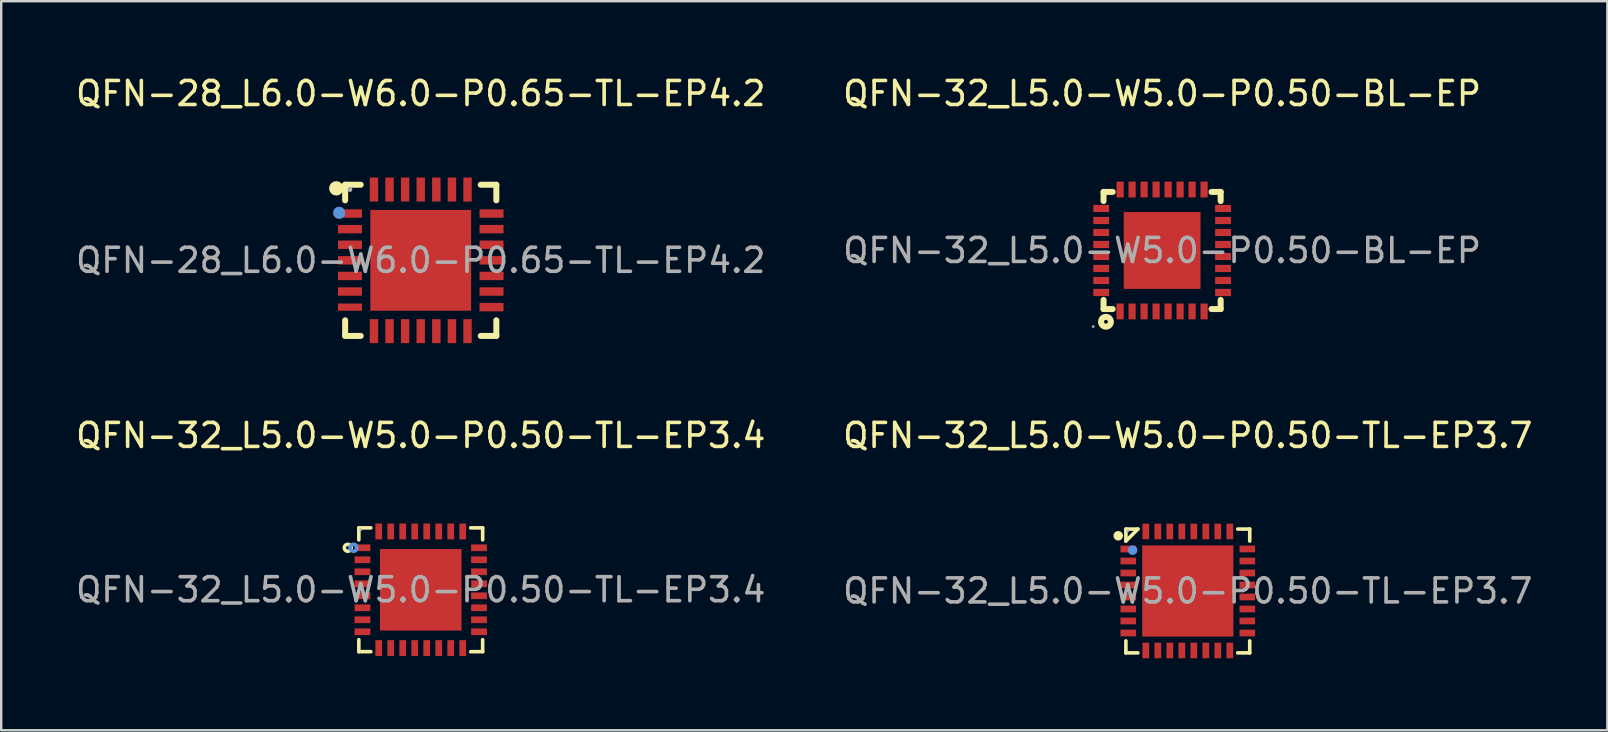
<source format=kicad_pcb>
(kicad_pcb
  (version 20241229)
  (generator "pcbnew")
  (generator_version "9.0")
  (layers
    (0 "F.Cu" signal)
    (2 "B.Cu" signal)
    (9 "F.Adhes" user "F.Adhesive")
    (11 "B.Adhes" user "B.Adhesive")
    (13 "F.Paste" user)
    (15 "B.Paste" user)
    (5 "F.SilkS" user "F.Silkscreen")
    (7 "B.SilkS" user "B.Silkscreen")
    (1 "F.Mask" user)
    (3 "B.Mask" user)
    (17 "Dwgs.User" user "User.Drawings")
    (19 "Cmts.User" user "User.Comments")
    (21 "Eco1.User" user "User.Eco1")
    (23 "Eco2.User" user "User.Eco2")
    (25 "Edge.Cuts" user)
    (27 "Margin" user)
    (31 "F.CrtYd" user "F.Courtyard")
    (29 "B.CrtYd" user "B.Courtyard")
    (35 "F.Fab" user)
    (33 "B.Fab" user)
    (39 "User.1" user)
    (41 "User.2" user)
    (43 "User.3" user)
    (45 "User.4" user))
  (footprint "QFN-28_L6.0-W6.0-P0.65-TL-EP4.2"
    (layer "F.Cu")
    (at 14.482 7.798)
    (property "Reference" "QFN-28_L6.0-W6.0-P0.65-TL-EP4.2" (at 0 -6.95 0) (layer "F.SilkS") (effects (font (size 1 1) (thickness 0.15))))
    (attr through_hole)
    (fp_line (start -3.15 -3.15) (end -2.5 -3.15) (stroke (width 0.25) (type solid)) (layer "F.SilkS"))
    (fp_line (start -3.15 -2.5) (end -3.15 -3.15) (stroke (width 0.25) (type solid)) (layer "F.SilkS"))
    (fp_line (start -3.15 3.15) (end -3.15 2.5) (stroke (width 0.25) (type solid)) (layer "F.SilkS"))
    (fp_line (start -2.5 3.15) (end -3.15 3.15) (stroke (width 0.25) (type solid)) (layer "F.SilkS"))
    (fp_line (start 2.5 -3.15) (end 3.15 -3.15) (stroke (width 0.25) (type solid)) (layer "F.SilkS"))
    (fp_line (start 2.5 3.15) (end 3.15 3.15) (stroke (width 0.25) (type solid)) (layer "F.SilkS"))
    (fp_line (start 3.15 -3.15) (end 3.15 -2.5) (stroke (width 0.25) (type solid)) (layer "F.SilkS"))
    (fp_line (start 3.15 3.15) (end 3.15 2.5) (stroke (width 0.25) (type solid)) (layer "F.SilkS"))
    (fp_arc (start -3.52 -3) (mid -3.52 -3) (end -3.52 -3) (stroke (width 0.3) (type solid)) (layer "F.SilkS"))
    (fp_circle (center -3.4 -1.98) (end -3.27 -1.98) (stroke (width 0.25) (type solid)) (fill no) (layer "Cmts.User"))
    (fp_circle (center -2.95 -2.95) (end -2.9 -2.95) (stroke (width 0.1) (type solid)) (fill no) (layer "F.Fab"))
    (fp_text user "${REFERENCE}" (at 0 0 0) (layer "F.Fab") (effects (font (size 1 1) (thickness 0.15))))
    (pad "1" smd rect (at -2.95 -1.95 90) (size 0.35 1) (layers "F.Cu" "F.Mask" "F.Paste"))
    (pad "2" smd rect (at -2.95 -1.3 90) (size 0.35 1) (layers "F.Cu" "F.Mask" "F.Paste"))
    (pad "3" smd rect (at -2.95 -0.65 90) (size 0.35 1) (layers "F.Cu" "F.Mask" "F.Paste"))
    (pad "4" smd rect (at -2.95 0 90) (size 0.35 1) (layers "F.Cu" "F.Mask" "F.Paste"))
    (pad "5" smd rect (at -2.95 0.65 90) (size 0.35 1) (layers "F.Cu" "F.Mask" "F.Paste"))
    (pad "6" smd rect (at -2.95 1.3 90) (size 0.35 1) (layers "F.Cu" "F.Mask" "F.Paste"))
    (pad "7" smd rect (at -2.95 1.95 90) (size 0.3 1) (layers "F.Cu" "F.Mask" "F.Paste"))
    (pad "8" smd rect (at -1.95 2.95) (size 0.35 1) (layers "F.Cu" "F.Mask" "F.Paste"))
    (pad "9" smd rect (at -1.3 2.95) (size 0.35 1) (layers "F.Cu" "F.Mask" "F.Paste"))
    (pad "10" smd rect (at -0.65 2.95) (size 0.35 1) (layers "F.Cu" "F.Mask" "F.Paste"))
    (pad "11" smd rect (at 0 2.95) (size 0.35 1) (layers "F.Cu" "F.Mask" "F.Paste"))
    (pad "12" smd rect (at 0.65 2.95) (size 0.35 1) (layers "F.Cu" "F.Mask" "F.Paste"))
    (pad "13" smd rect (at 1.3 2.95) (size 0.35 1) (layers "F.Cu" "F.Mask" "F.Paste"))
    (pad "14" smd rect (at 1.95 2.95) (size 0.35 1) (layers "F.Cu" "F.Mask" "F.Paste"))
    (pad "15" smd rect (at 2.95 1.95 90) (size 0.35 1) (layers "F.Cu" "F.Mask" "F.Paste"))
    (pad "16" smd rect (at 2.95 1.3 90) (size 0.35 1) (layers "F.Cu" "F.Mask" "F.Paste"))
    (pad "17" smd rect (at 2.95 0.65 90) (size 0.35 1) (layers "F.Cu" "F.Mask" "F.Paste"))
    (pad "18" smd rect (at 2.95 0 90) (size 0.35 1) (layers "F.Cu" "F.Mask" "F.Paste"))
    (pad "19" smd rect (at 2.95 -0.65 90) (size 0.35 1) (layers "F.Cu" "F.Mask" "F.Paste"))
    (pad "20" smd rect (at 2.95 -1.3 90) (size 0.35 1) (layers "F.Cu" "F.Mask" "F.Paste"))
    (pad "21" smd rect (at 2.95 -1.95 90) (size 0.35 1) (layers "F.Cu" "F.Mask" "F.Paste"))
    (pad "22" smd rect (at 1.95 -2.95) (size 0.35 1) (layers "F.Cu" "F.Mask" "F.Paste"))
    (pad "23" smd rect (at 1.3 -2.95) (size 0.35 1) (layers "F.Cu" "F.Mask" "F.Paste"))
    (pad "24" smd rect (at 0.65 -2.95) (size 0.35 1) (layers "F.Cu" "F.Mask" "F.Paste"))
    (pad "25" smd rect (at 0 -2.95) (size 0.35 1) (layers "F.Cu" "F.Mask" "F.Paste"))
    (pad "26" smd rect (at -0.65 -2.95) (size 0.35 1) (layers "F.Cu" "F.Mask" "F.Paste"))
    (pad "27" smd rect (at -1.3 -2.95) (size 0.35 1) (layers "F.Cu" "F.Mask" "F.Paste"))
    (pad "28" smd rect (at -1.95 -2.95) (size 0.35 1) (layers "F.Cu" "F.Mask" "F.Paste"))
    (pad "29" smd rect (at 0 0) (size 4.2 4.2) (layers "F.Cu" "F.Mask" "F.Paste")))
  (footprint "QFN-32_L5.0-W5.0-P0.50-TL-EP3.4"
    (layer "F.Cu")
    (at 14.482 21.526)
    (property "Reference" "QFN-32_L5.0-W5.0-P0.50-TL-EP3.4" (at 0 -6.43 0) (layer "F.SilkS") (effects (font (size 1 1) (thickness 0.15))))
    (attr through_hole)
    (fp_line (start -2.58 -2.58) (end -2.58 -2.08) (stroke (width 0.15) (type solid)) (layer "F.SilkS"))
    (fp_line (start -2.58 2.58) (end -2.58 2.08) (stroke (width 0.15) (type solid)) (layer "F.SilkS"))
    (fp_line (start -2.08 -2.58) (end -2.58 -2.58) (stroke (width 0.15) (type solid)) (layer "F.SilkS"))
    (fp_line (start -2.08 2.58) (end -2.58 2.58) (stroke (width 0.15) (type solid)) (layer "F.SilkS"))
    (fp_line (start 2.08 -2.58) (end 2.58 -2.58) (stroke (width 0.15) (type solid)) (layer "F.SilkS"))
    (fp_line (start 2.08 2.58) (end 2.58 2.58) (stroke (width 0.15) (type solid)) (layer "F.SilkS"))
    (fp_line (start 2.58 -2.58) (end 2.58 -2.08) (stroke (width 0.15) (type solid)) (layer "F.SilkS"))
    (fp_line (start 2.58 2.58) (end 2.58 2.08) (stroke (width 0.15) (type solid)) (layer "F.SilkS"))
    (fp_circle (center -3.04 -1.75) (end -2.97 -1.75) (stroke (width 0.15) (type solid)) (fill no) (layer "F.SilkS"))
    (fp_circle (center -2.8 -1.75) (end -2.73 -1.75) (stroke (width 0.15) (type solid)) (fill no) (layer "Cmts.User"))
    (fp_circle (center -2.5 -2.5) (end -2.47 -2.5) (stroke (width 0.06) (type solid)) (fill no) (layer "F.Fab"))
    (fp_text user "${REFERENCE}" (at 0 0 0) (layer "F.Fab") (effects (font (size 1 1) (thickness 0.15))))
    (pad "1" smd rect (at -2.43 -1.75) (size 0.66 0.28) (layers "F.Cu" "F.Mask" "F.Paste"))
    (pad "2" smd rect (at -2.43 -1.25) (size 0.66 0.28) (layers "F.Cu" "F.Mask" "F.Paste"))
    (pad "3" smd rect (at -2.43 -0.75) (size 0.66 0.28) (layers "F.Cu" "F.Mask" "F.Paste"))
    (pad "4" smd rect (at -2.43 -0.25) (size 0.66 0.28) (layers "F.Cu" "F.Mask" "F.Paste"))
    (pad "5" smd rect (at -2.43 0.25) (size 0.66 0.28) (layers "F.Cu" "F.Mask" "F.Paste"))
    (pad "6" smd rect (at -2.43 0.75) (size 0.66 0.28) (layers "F.Cu" "F.Mask" "F.Paste"))
    (pad "7" smd rect (at -2.43 1.25) (size 0.66 0.28) (layers "F.Cu" "F.Mask" "F.Paste"))
    (pad "8" smd rect (at -2.43 1.75) (size 0.66 0.28) (layers "F.Cu" "F.Mask" "F.Paste"))
    (pad "9" smd rect (at -1.75 2.43) (size 0.28 0.66) (layers "F.Cu" "F.Mask" "F.Paste"))
    (pad "10" smd rect (at -1.25 2.43) (size 0.28 0.66) (layers "F.Cu" "F.Mask" "F.Paste"))
    (pad "11" smd rect (at -0.75 2.43) (size 0.28 0.66) (layers "F.Cu" "F.Mask" "F.Paste"))
    (pad "12" smd rect (at -0.25 2.43) (size 0.28 0.66) (layers "F.Cu" "F.Mask" "F.Paste"))
    (pad "13" smd rect (at 0.25 2.43) (size 0.28 0.66) (layers "F.Cu" "F.Mask" "F.Paste"))
    (pad "14" smd rect (at 0.75 2.43) (size 0.28 0.66) (layers "F.Cu" "F.Mask" "F.Paste"))
    (pad "15" smd rect (at 1.25 2.43) (size 0.28 0.66) (layers "F.Cu" "F.Mask" "F.Paste"))
    (pad "16" smd rect (at 1.75 2.43) (size 0.28 0.66) (layers "F.Cu" "F.Mask" "F.Paste"))
    (pad "17" smd rect (at 2.43 1.75) (size 0.66 0.28) (layers "F.Cu" "F.Mask" "F.Paste"))
    (pad "18" smd rect (at 2.43 1.25) (size 0.66 0.28) (layers "F.Cu" "F.Mask" "F.Paste"))
    (pad "19" smd rect (at 2.43 0.75) (size 0.66 0.28) (layers "F.Cu" "F.Mask" "F.Paste"))
    (pad "20" smd rect (at 2.43 0.25) (size 0.66 0.28) (layers "F.Cu" "F.Mask" "F.Paste"))
    (pad "21" smd rect (at 2.43 -0.25) (size 0.66 0.28) (layers "F.Cu" "F.Mask" "F.Paste"))
    (pad "22" smd rect (at 2.43 -0.75) (size 0.66 0.28) (layers "F.Cu" "F.Mask" "F.Paste"))
    (pad "23" smd rect (at 2.43 -1.25) (size 0.66 0.28) (layers "F.Cu" "F.Mask" "F.Paste"))
    (pad "24" smd rect (at 2.43 -1.75) (size 0.66 0.28) (layers "F.Cu" "F.Mask" "F.Paste"))
    (pad "25" smd rect (at 1.75 -2.43) (size 0.28 0.66) (layers "F.Cu" "F.Mask" "F.Paste"))
    (pad "26" smd rect (at 1.25 -2.43) (size 0.28 0.66) (layers "F.Cu" "F.Mask" "F.Paste"))
    (pad "27" smd rect (at 0.75 -2.43) (size 0.28 0.66) (layers "F.Cu" "F.Mask" "F.Paste"))
    (pad "28" smd rect (at 0.25 -2.43) (size 0.28 0.66) (layers "F.Cu" "F.Mask" "F.Paste"))
    (pad "29" smd rect (at -0.25 -2.43) (size 0.28 0.66) (layers "F.Cu" "F.Mask" "F.Paste"))
    (pad "30" smd rect (at -0.75 -2.43) (size 0.28 0.66) (layers "F.Cu" "F.Mask" "F.Paste"))
    (pad "31" smd rect (at -1.25 -2.43) (size 0.28 0.66) (layers "F.Cu" "F.Mask" "F.Paste"))
    (pad "32" smd rect (at -1.75 -2.43) (size 0.28 0.66) (layers "F.Cu" "F.Mask" "F.Paste"))
    (pad "33" smd rect (at 0 0) (size 3.4 3.4) (layers "F.Cu" "F.Mask" "F.Paste")))
  (footprint "QFN-32_L5.0-W5.0-P0.50-TL-EP3.7"
    (layer "F.Cu")
    (at 46.446 21.576)
    (property "Reference" "QFN-32_L5.0-W5.0-P0.50-TL-EP3.7" (at 0 -6.48 0) (layer "F.SilkS") (effects (font (size 1 1) (thickness 0.15))))
    (attr through_hole)
    (fp_line (start -2.58 -2.58) (end -2.58 -2.08) (stroke (width 0.15) (type solid)) (layer "F.SilkS"))
    (fp_line (start -2.58 2.58) (end -2.58 2.08) (stroke (width 0.15) (type solid)) (layer "F.SilkS"))
    (fp_line (start -2.08 -2.58) (end -2.58 -2.58) (stroke (width 0.15) (type solid)) (layer "F.SilkS"))
    (fp_line (start -2.08 -2.58) (end -2.58 -2.08) (stroke (width 0.15) (type solid)) (layer "F.SilkS"))
    (fp_line (start -2.08 2.58) (end -2.58 2.58) (stroke (width 0.15) (type solid)) (layer "F.SilkS"))
    (fp_line (start 2.08 -2.58) (end 2.58 -2.58) (stroke (width 0.15) (type solid)) (layer "F.SilkS"))
    (fp_line (start 2.08 2.58) (end 2.58 2.58) (stroke (width 0.15) (type solid)) (layer "F.SilkS"))
    (fp_line (start 2.58 -2.58) (end 2.58 -2.08) (stroke (width 0.15) (type solid)) (layer "F.SilkS"))
    (fp_line (start 2.58 2.58) (end 2.58 2.08) (stroke (width 0.15) (type solid)) (layer "F.SilkS"))
    (fp_circle (center -2.9 -2.3) (end -2.8 -2.3) (stroke (width 0.2) (type solid)) (fill no) (layer "F.SilkS"))
    (fp_circle (center -2.3 -1.7) (end -2.2 -1.7) (stroke (width 0.2) (type solid)) (fill no) (layer "Cmts.User"))
    (fp_circle (center -2.5 -2.5) (end -2.47 -2.5) (stroke (width 0.06) (type solid)) (fill no) (layer "F.Fab"))
    (fp_text user "${REFERENCE}" (at 0 0 0) (layer "F.Fab") (effects (font (size 1 1) (thickness 0.15))))
    (pad "1" smd rect (at -2.48 -1.75) (size 0.65 0.28) (layers "F.Cu" "F.Mask" "F.Paste"))
    (pad "2" smd rect (at -2.48 -1.25) (size 0.65 0.28) (layers "F.Cu" "F.Mask" "F.Paste"))
    (pad "3" smd rect (at -2.48 -0.75) (size 0.65 0.28) (layers "F.Cu" "F.Mask" "F.Paste"))
    (pad "4" smd rect (at -2.48 -0.25) (size 0.65 0.28) (layers "F.Cu" "F.Mask" "F.Paste"))
    (pad "5" smd rect (at -2.48 0.25) (size 0.65 0.28) (layers "F.Cu" "F.Mask" "F.Paste"))
    (pad "6" smd rect (at -2.48 0.75) (size 0.65 0.28) (layers "F.Cu" "F.Mask" "F.Paste"))
    (pad "7" smd rect (at -2.48 1.25) (size 0.65 0.28) (layers "F.Cu" "F.Mask" "F.Paste"))
    (pad "8" smd rect (at -2.48 1.75) (size 0.65 0.28) (layers "F.Cu" "F.Mask" "F.Paste"))
    (pad "9" smd rect (at -1.75 2.48) (size 0.28 0.65) (layers "F.Cu" "F.Mask" "F.Paste"))
    (pad "10" smd rect (at -1.25 2.48) (size 0.28 0.65) (layers "F.Cu" "F.Mask" "F.Paste"))
    (pad "11" smd rect (at -0.75 2.48) (size 0.28 0.65) (layers "F.Cu" "F.Mask" "F.Paste"))
    (pad "12" smd rect (at -0.25 2.48) (size 0.28 0.65) (layers "F.Cu" "F.Mask" "F.Paste"))
    (pad "13" smd rect (at 0.25 2.48) (size 0.28 0.65) (layers "F.Cu" "F.Mask" "F.Paste"))
    (pad "14" smd rect (at 0.75 2.48) (size 0.28 0.65) (layers "F.Cu" "F.Mask" "F.Paste"))
    (pad "15" smd rect (at 1.25 2.48) (size 0.28 0.65) (layers "F.Cu" "F.Mask" "F.Paste"))
    (pad "16" smd rect (at 1.75 2.48) (size 0.28 0.65) (layers "F.Cu" "F.Mask" "F.Paste"))
    (pad "17" smd rect (at 2.48 1.75) (size 0.65 0.28) (layers "F.Cu" "F.Mask" "F.Paste"))
    (pad "18" smd rect (at 2.48 1.25) (size 0.65 0.28) (layers "F.Cu" "F.Mask" "F.Paste"))
    (pad "19" smd rect (at 2.48 0.75) (size 0.65 0.28) (layers "F.Cu" "F.Mask" "F.Paste"))
    (pad "20" smd rect (at 2.48 0.25) (size 0.65 0.28) (layers "F.Cu" "F.Mask" "F.Paste"))
    (pad "21" smd rect (at 2.48 -0.25) (size 0.65 0.28) (layers "F.Cu" "F.Mask" "F.Paste"))
    (pad "22" smd rect (at 2.48 -0.75) (size 0.65 0.28) (layers "F.Cu" "F.Mask" "F.Paste"))
    (pad "23" smd rect (at 2.48 -1.25) (size 0.65 0.28) (layers "F.Cu" "F.Mask" "F.Paste"))
    (pad "24" smd rect (at 2.48 -1.75) (size 0.65 0.28) (layers "F.Cu" "F.Mask" "F.Paste"))
    (pad "25" smd rect (at 1.75 -2.48) (size 0.28 0.65) (layers "F.Cu" "F.Mask" "F.Paste"))
    (pad "26" smd rect (at 1.25 -2.48) (size 0.28 0.65) (layers "F.Cu" "F.Mask" "F.Paste"))
    (pad "27" smd rect (at 0.75 -2.48) (size 0.28 0.65) (layers "F.Cu" "F.Mask" "F.Paste"))
    (pad "28" smd rect (at 0.25 -2.48) (size 0.28 0.65) (layers "F.Cu" "F.Mask" "F.Paste"))
    (pad "29" smd rect (at -0.25 -2.48) (size 0.28 0.65) (layers "F.Cu" "F.Mask" "F.Paste"))
    (pad "30" smd rect (at -0.75 -2.48) (size 0.28 0.65) (layers "F.Cu" "F.Mask" "F.Paste"))
    (pad "31" smd rect (at -1.25 -2.48) (size 0.28 0.65) (layers "F.Cu" "F.Mask" "F.Paste"))
    (pad "32" smd rect (at -1.75 -2.48) (size 0.28 0.65) (layers "F.Cu" "F.Mask" "F.Paste"))
    (pad "33" smd rect (at 0 0) (size 3.8 3.8) (layers "F.Cu" "F.Mask" "F.Paste")))
  (footprint "QFN-32_L5.0-W5.0-P0.50-BL-EP"
    (layer "F.Cu")
    (at 45.375 7.388)
    (property "Reference" "QFN-32_L5.0-W5.0-P0.50-BL-EP" (at 0 -6.54 0) (layer "F.SilkS") (effects (font (size 1 1) (thickness 0.15))))
    (attr through_hole)
    (fp_line (start -2.44 -2.44) (end -2.06 -2.44) (stroke (width 0.25) (type solid)) (layer "F.SilkS"))
    (fp_line (start -2.44 -2.06) (end -2.44 -2.44) (stroke (width 0.25) (type solid)) (layer "F.SilkS"))
    (fp_line (start -2.44 2.44) (end -2.44 2.06) (stroke (width 0.25) (type solid)) (layer "F.SilkS"))
    (fp_line (start -2.06 2.44) (end -2.44 2.44) (stroke (width 0.25) (type solid)) (layer "F.SilkS"))
    (fp_line (start 2.06 -2.44) (end 2.44 -2.44) (stroke (width 0.25) (type solid)) (layer "F.SilkS"))
    (fp_line (start 2.44 -2.44) (end 2.44 -2.06) (stroke (width 0.25) (type solid)) (layer "F.SilkS"))
    (fp_line (start 2.44 2.06) (end 2.44 2.44) (stroke (width 0.25) (type solid)) (layer "F.SilkS"))
    (fp_line (start 2.44 2.44) (end 2.06 2.44) (stroke (width 0.25) (type solid)) (layer "F.SilkS"))
    (fp_circle (center -2.34 2.97) (end -2.26 2.97) (stroke (width 0.25) (type solid)) (fill no) (layer "F.SilkS"))
    (fp_circle (center -2.87 3.17) (end -2.84 3.17) (stroke (width 0.06) (type solid)) (fill no) (layer "F.Fab"))
    (fp_text user "${REFERENCE}" (at 0 0 0) (layer "F.Fab") (effects (font (size 1 1) (thickness 0.15))))
    (pad "1" smd rect (at -1.75 2.54 90) (size 0.66 0.3) (layers "F.Cu" "F.Mask" "F.Paste"))
    (pad "2" smd rect (at -1.25 2.54 90) (size 0.66 0.3) (layers "F.Cu" "F.Mask" "F.Paste"))
    (pad "3" smd rect (at -0.75 2.54 90) (size 0.66 0.3) (layers "F.Cu" "F.Mask" "F.Paste"))
    (pad "4" smd rect (at -0.25 2.54 90) (size 0.66 0.3) (layers "F.Cu" "F.Mask" "F.Paste"))
    (pad "5" smd rect (at 0.25 2.54 90) (size 0.66 0.3) (layers "F.Cu" "F.Mask" "F.Paste"))
    (pad "6" smd rect (at 0.75 2.54 90) (size 0.66 0.3) (layers "F.Cu" "F.Mask" "F.Paste"))
    (pad "7" smd rect (at 1.25 2.54 90) (size 0.66 0.3) (layers "F.Cu" "F.Mask" "F.Paste"))
    (pad "8" smd rect (at 1.75 2.54 90) (size 0.66 0.3) (layers "F.Cu" "F.Mask" "F.Paste"))
    (pad "9" smd rect (at 2.54 1.75 90) (size 0.3 0.66) (layers "F.Cu" "F.Mask" "F.Paste"))
    (pad "10" smd rect (at 2.54 1.25 90) (size 0.3 0.66) (layers "F.Cu" "F.Mask" "F.Paste"))
    (pad "11" smd rect (at 2.54 0.75 90) (size 0.3 0.66) (layers "F.Cu" "F.Mask" "F.Paste"))
    (pad "12" smd rect (at 2.54 0.25 90) (size 0.3 0.66) (layers "F.Cu" "F.Mask" "F.Paste"))
    (pad "13" smd rect (at 2.54 -0.25 90) (size 0.3 0.66) (layers "F.Cu" "F.Mask" "F.Paste"))
    (pad "14" smd rect (at 2.54 -0.75 90) (size 0.3 0.66) (layers "F.Cu" "F.Mask" "F.Paste"))
    (pad "15" smd rect (at 2.54 -1.25 90) (size 0.3 0.66) (layers "F.Cu" "F.Mask" "F.Paste"))
    (pad "16" smd rect (at 2.54 -1.75 90) (size 0.3 0.66) (layers "F.Cu" "F.Mask" "F.Paste"))
    (pad "17" smd rect (at 1.75 -2.54 90) (size 0.66 0.3) (layers "F.Cu" "F.Mask" "F.Paste"))
    (pad "18" smd rect (at 1.25 -2.54 90) (size 0.66 0.3) (layers "F.Cu" "F.Mask" "F.Paste"))
    (pad "19" smd rect (at 0.75 -2.54 90) (size 0.66 0.3) (layers "F.Cu" "F.Mask" "F.Paste"))
    (pad "20" smd rect (at 0.25 -2.54 90) (size 0.66 0.3) (layers "F.Cu" "F.Mask" "F.Paste"))
    (pad "21" smd rect (at -0.25 -2.54 90) (size 0.66 0.3) (layers "F.Cu" "F.Mask" "F.Paste"))
    (pad "22" smd rect (at -0.75 -2.54 90) (size 0.66 0.3) (layers "F.Cu" "F.Mask" "F.Paste"))
    (pad "23" smd rect (at -1.25 -2.54 90) (size 0.66 0.3) (layers "F.Cu" "F.Mask" "F.Paste"))
    (pad "24" smd rect (at -1.75 -2.54 90) (size 0.66 0.3) (layers "F.Cu" "F.Mask" "F.Paste"))
    (pad "25" smd rect (at -2.54 -1.75 90) (size 0.3 0.66) (layers "F.Cu" "F.Mask" "F.Paste"))
    (pad "26" smd rect (at -2.54 -1.25 90) (size 0.3 0.66) (layers "F.Cu" "F.Mask" "F.Paste"))
    (pad "27" smd rect (at -2.54 -0.75 90) (size 0.3 0.66) (layers "F.Cu" "F.Mask" "F.Paste"))
    (pad "28" smd rect (at -2.54 -0.25 90) (size 0.3 0.66) (layers "F.Cu" "F.Mask" "F.Paste"))
    (pad "29" smd rect (at -2.54 0.25 90) (size 0.3 0.66) (layers "F.Cu" "F.Mask" "F.Paste"))
    (pad "30" smd rect (at -2.54 0.75 90) (size 0.3 0.66) (layers "F.Cu" "F.Mask" "F.Paste"))
    (pad "31" smd rect (at -2.54 1.25 90) (size 0.3 0.66) (layers "F.Cu" "F.Mask" "F.Paste"))
    (pad "32" smd rect (at -2.54 1.75 90) (size 0.3 0.66) (layers "F.Cu" "F.Mask" "F.Paste"))
    (pad "33" smd rect (at 0 0 90) (size 3.2 3.2) (layers "F.Cu" "F.Mask" "F.Paste")))
  (gr_rect
    (start -3 -3)
    (end 63.929 27.381)
    (stroke (width 0.1) (type default))
    (fill no)
    (layer "Edge.Cuts")))
</source>
